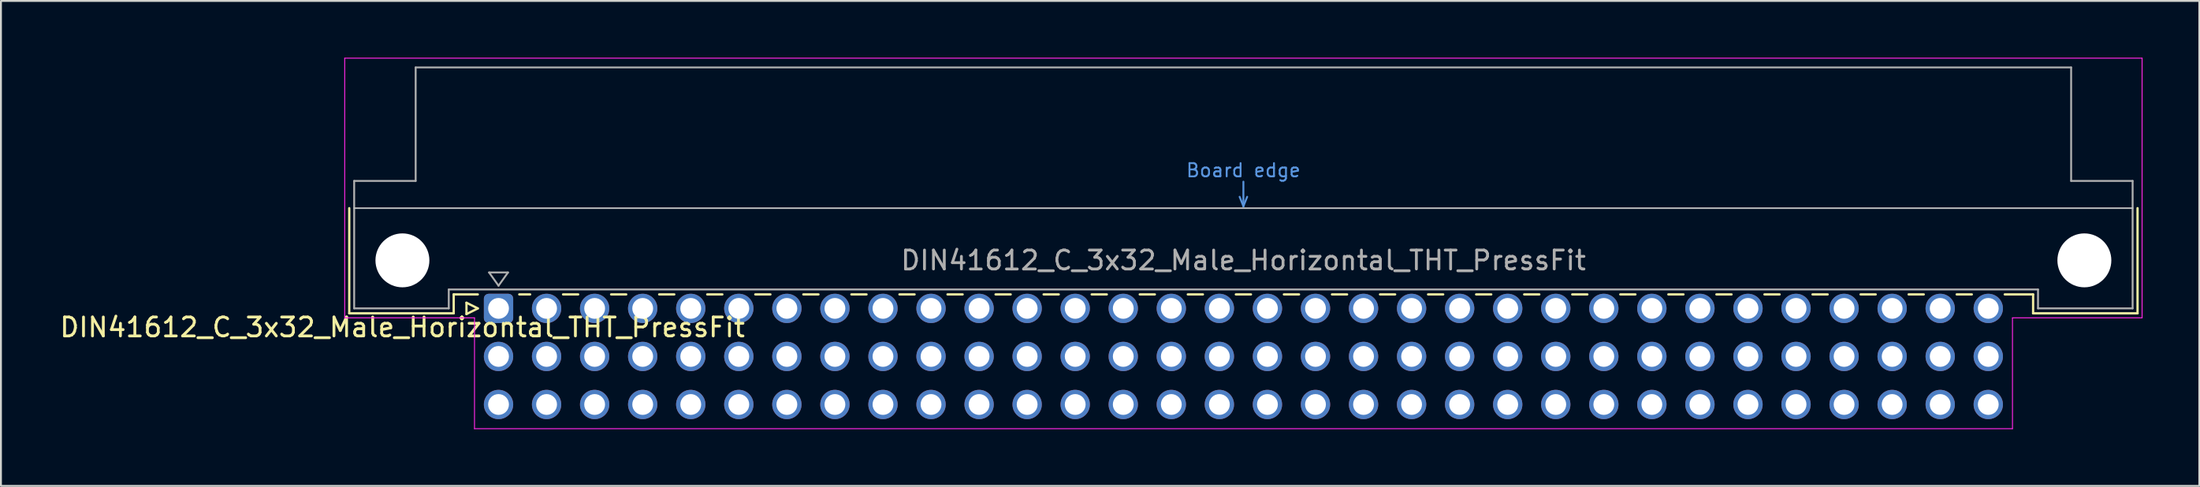
<source format=kicad_pcb>
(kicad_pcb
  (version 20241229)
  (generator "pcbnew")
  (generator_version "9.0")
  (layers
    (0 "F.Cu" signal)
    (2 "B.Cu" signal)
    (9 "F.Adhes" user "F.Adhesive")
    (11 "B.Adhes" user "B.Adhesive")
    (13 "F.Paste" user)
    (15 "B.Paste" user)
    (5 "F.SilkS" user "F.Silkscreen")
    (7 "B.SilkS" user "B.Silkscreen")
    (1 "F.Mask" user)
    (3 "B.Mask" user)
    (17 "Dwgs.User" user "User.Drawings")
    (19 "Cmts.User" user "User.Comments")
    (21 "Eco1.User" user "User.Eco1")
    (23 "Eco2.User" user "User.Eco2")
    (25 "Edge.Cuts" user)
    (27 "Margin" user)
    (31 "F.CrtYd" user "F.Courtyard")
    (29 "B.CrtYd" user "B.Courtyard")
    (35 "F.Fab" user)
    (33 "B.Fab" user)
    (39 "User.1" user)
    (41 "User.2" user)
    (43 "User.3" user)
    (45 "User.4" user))
  (footprint "DIN41612_C_3x32_Male_Horizontal_THT_PressFit"
    (layer "F.Cu")
    (at 23.3 13.255)
    (property "Reference" "DIN41612_C_3x32_Male_Horizontal_THT_PressFit" (at -5.08 1 0) (layer "F.SilkS") (effects (font (size 1 1) (thickness 0.15))))
    (attr through_hole)
    (fp_line (start -7.89 -5.3) (end -7.89 0.26) (stroke (width 0.12) (type solid)) (layer "F.SilkS"))
    (fp_line (start -7.89 0.26) (end -2.37 0.26) (stroke (width 0.12) (type solid)) (layer "F.SilkS"))
    (fp_line (start -2.371 -0.74) (end -1.095 -0.74) (stroke (width 0.12) (type solid)) (layer "F.SilkS"))
    (fp_line (start -2.37 0.26) (end -2.37 -0.74) (stroke (width 0.12) (type solid)) (layer "F.SilkS"))
    (fp_line (start -1.695 -0.3) (end -1.695 0.3) (stroke (width 0.12) (type solid)) (layer "F.SilkS"))
    (fp_line (start -1.695 0.3) (end -1.095 0) (stroke (width 0.12) (type solid)) (layer "F.SilkS"))
    (fp_line (start -1.095 0) (end -1.695 -0.3) (stroke (width 0.12) (type solid)) (layer "F.SilkS"))
    (fp_line (start 1.095 -0.74) (end 1.671 -0.74) (stroke (width 0.12) (type solid)) (layer "F.SilkS"))
    (fp_line (start 3.41 -0.74) (end 4.211 -0.74) (stroke (width 0.12) (type solid)) (layer "F.SilkS"))
    (fp_line (start 5.95 -0.74) (end 6.751 -0.74) (stroke (width 0.12) (type solid)) (layer "F.SilkS"))
    (fp_line (start 8.49 -0.74) (end 9.291 -0.74) (stroke (width 0.12) (type solid)) (layer "F.SilkS"))
    (fp_line (start 11.03 -0.74) (end 11.831 -0.74) (stroke (width 0.12) (type solid)) (layer "F.SilkS"))
    (fp_line (start 13.57 -0.74) (end 14.371 -0.74) (stroke (width 0.12) (type solid)) (layer "F.SilkS"))
    (fp_line (start 16.11 -0.74) (end 16.911 -0.74) (stroke (width 0.12) (type solid)) (layer "F.SilkS"))
    (fp_line (start 18.65 -0.74) (end 19.451 -0.74) (stroke (width 0.12) (type solid)) (layer "F.SilkS"))
    (fp_line (start 21.19 -0.74) (end 21.991 -0.74) (stroke (width 0.12) (type solid)) (layer "F.SilkS"))
    (fp_line (start 23.73 -0.74) (end 24.531 -0.74) (stroke (width 0.12) (type solid)) (layer "F.SilkS"))
    (fp_line (start 26.27 -0.74) (end 27.071 -0.74) (stroke (width 0.12) (type solid)) (layer "F.SilkS"))
    (fp_line (start 28.81 -0.74) (end 29.611 -0.74) (stroke (width 0.12) (type solid)) (layer "F.SilkS"))
    (fp_line (start 31.35 -0.74) (end 32.151 -0.74) (stroke (width 0.12) (type solid)) (layer "F.SilkS"))
    (fp_line (start 33.89 -0.74) (end 34.691 -0.74) (stroke (width 0.12) (type solid)) (layer "F.SilkS"))
    (fp_line (start 36.43 -0.74) (end 37.231 -0.74) (stroke (width 0.12) (type solid)) (layer "F.SilkS"))
    (fp_line (start 38.97 -0.74) (end 39.771 -0.74) (stroke (width 0.12) (type solid)) (layer "F.SilkS"))
    (fp_line (start 41.51 -0.74) (end 42.311 -0.74) (stroke (width 0.12) (type solid)) (layer "F.SilkS"))
    (fp_line (start 44.05 -0.74) (end 44.851 -0.74) (stroke (width 0.12) (type solid)) (layer "F.SilkS"))
    (fp_line (start 46.59 -0.74) (end 47.391 -0.74) (stroke (width 0.12) (type solid)) (layer "F.SilkS"))
    (fp_line (start 49.13 -0.74) (end 49.931 -0.74) (stroke (width 0.12) (type solid)) (layer "F.SilkS"))
    (fp_line (start 51.67 -0.74) (end 52.471 -0.74) (stroke (width 0.12) (type solid)) (layer "F.SilkS"))
    (fp_line (start 54.21 -0.74) (end 55.011 -0.74) (stroke (width 0.12) (type solid)) (layer "F.SilkS"))
    (fp_line (start 56.75 -0.74) (end 57.551 -0.74) (stroke (width 0.12) (type solid)) (layer "F.SilkS"))
    (fp_line (start 59.29 -0.74) (end 60.091 -0.74) (stroke (width 0.12) (type solid)) (layer "F.SilkS"))
    (fp_line (start 61.83 -0.74) (end 62.631 -0.74) (stroke (width 0.12) (type solid)) (layer "F.SilkS"))
    (fp_line (start 64.37 -0.74) (end 65.171 -0.74) (stroke (width 0.12) (type solid)) (layer "F.SilkS"))
    (fp_line (start 66.91 -0.74) (end 67.711 -0.74) (stroke (width 0.12) (type solid)) (layer "F.SilkS"))
    (fp_line (start 69.45 -0.74) (end 70.251 -0.74) (stroke (width 0.12) (type solid)) (layer "F.SilkS"))
    (fp_line (start 71.99 -0.74) (end 72.791 -0.74) (stroke (width 0.12) (type solid)) (layer "F.SilkS"))
    (fp_line (start 74.53 -0.74) (end 75.331 -0.74) (stroke (width 0.12) (type solid)) (layer "F.SilkS"))
    (fp_line (start 77.07 -0.74) (end 77.871 -0.74) (stroke (width 0.12) (type solid)) (layer "F.SilkS"))
    (fp_line (start 79.61 -0.74) (end 81.11 -0.74) (stroke (width 0.12) (type solid)) (layer "F.SilkS"))
    (fp_line (start 81.11 0.26) (end 81.11 -0.74) (stroke (width 0.12) (type solid)) (layer "F.SilkS"))
    (fp_line (start 86.63 -5.3) (end 86.63 0.26) (stroke (width 0.12) (type solid)) (layer "F.SilkS"))
    (fp_line (start 86.63 0.26) (end 81.11 0.26) (stroke (width 0.12) (type solid)) (layer "F.SilkS"))
    (fp_line (start -7.63 -5.3) (end 86.37 -5.3) (stroke (width 0.08) (type solid)) (layer "Dwgs.User"))
    (fp_line (start 39.17 -5.9) (end 39.37 -5.4) (stroke (width 0.1) (type solid)) (layer "Cmts.User"))
    (fp_line (start 39.37 -5.4) (end 39.37 -6.7) (stroke (width 0.1) (type solid)) (layer "Cmts.User"))
    (fp_line (start 39.37 -5.4) (end 39.57 -5.9) (stroke (width 0.1) (type solid)) (layer "Cmts.User"))
    (fp_line (start -8.13 -13.23) (end -8.13 0.5) (stroke (width 0.05) (type solid)) (layer "F.CrtYd"))
    (fp_line (start -8.13 0.5) (end -1.27 0.5) (stroke (width 0.05) (type solid)) (layer "F.CrtYd"))
    (fp_line (start -1.27 0.5) (end -1.27 6.36) (stroke (width 0.05) (type solid)) (layer "F.CrtYd"))
    (fp_line (start -1.27 6.36) (end 80.02 6.36) (stroke (width 0.05) (type solid)) (layer "F.CrtYd"))
    (fp_line (start 80.02 0.5) (end 86.87 0.5) (stroke (width 0.05) (type solid)) (layer "F.CrtYd"))
    (fp_line (start 80.02 6.36) (end 80.02 0.5) (stroke (width 0.05) (type solid)) (layer "F.CrtYd"))
    (fp_line (start 86.87 -13.23) (end -8.13 -13.23) (stroke (width 0.05) (type solid)) (layer "F.CrtYd"))
    (fp_line (start 86.87 0.5) (end 86.87 -13.23) (stroke (width 0.05) (type solid)) (layer "F.CrtYd"))
    (fp_line (start -7.63 -6.74) (end -7.63 0) (stroke (width 0.1) (type solid)) (layer "F.Fab"))
    (fp_line (start -7.63 0) (end -2.63 0) (stroke (width 0.1) (type solid)) (layer "F.Fab"))
    (fp_line (start -4.38 -12.74) (end -4.38 -6.74) (stroke (width 0.1) (type solid)) (layer "F.Fab"))
    (fp_line (start -4.38 -6.74) (end -7.63 -6.74) (stroke (width 0.1) (type solid)) (layer "F.Fab"))
    (fp_line (start -2.63 -1) (end 81.37 -1) (stroke (width 0.1) (type solid)) (layer "F.Fab"))
    (fp_line (start -2.63 0) (end -2.63 -1) (stroke (width 0.1) (type solid)) (layer "F.Fab"))
    (fp_line (start -0.5 -1.9) (end 0.5 -1.9) (stroke (width 0.1) (type solid)) (layer "F.Fab"))
    (fp_line (start 0 -1.2) (end -0.5 -1.9) (stroke (width 0.1) (type solid)) (layer "F.Fab"))
    (fp_line (start 0.5 -1.9) (end 0 -1.2) (stroke (width 0.1) (type solid)) (layer "F.Fab"))
    (fp_line (start 81.37 -1) (end 81.37 0) (stroke (width 0.1) (type solid)) (layer "F.Fab"))
    (fp_line (start 81.37 0) (end 86.37 0) (stroke (width 0.1) (type solid)) (layer "F.Fab"))
    (fp_line (start 83.12 -12.74) (end -4.38 -12.74) (stroke (width 0.1) (type solid)) (layer "F.Fab"))
    (fp_line (start 83.12 -6.74) (end 83.12 -12.74) (stroke (width 0.1) (type solid)) (layer "F.Fab"))
    (fp_line (start 86.37 -6.74) (end 83.12 -6.74) (stroke (width 0.1) (type solid)) (layer "F.Fab"))
    (fp_line (start 86.37 0) (end 86.37 -6.74) (stroke (width 0.1) (type solid)) (layer "F.Fab"))
    (fp_text user "Board edge" (at 39.37 -7.3 0) (layer "Cmts.User") (effects (font (size 0.7 0.7) (thickness 0.1))))
    (fp_text user "${REFERENCE}" (at 39.37 -2.54 0) (layer "F.Fab") (effects (font (size 1 1) (thickness 0.15))))
    (pad "" np_thru_hole circle (at -5.08 -2.54) (size 2.85 2.85) (drill 2.85) (layers "*.Cu" "*.Mask"))
    (pad "" np_thru_hole circle (at 83.82 -2.54) (size 2.85 2.85) (drill 2.85) (layers "*.Cu" "*.Mask"))
    (pad "a1" thru_hole roundrect (at 0 0) (size 1.55 1.55) (drill 1.1) (layers "*.Cu" "*.Mask") (roundrect_rratio 0.161))
    (pad "a2" thru_hole circle (at 2.54 0) (size 1.55 1.55) (drill 1.1) (layers "*.Cu" "*.Mask"))
    (pad "a3" thru_hole circle (at 5.08 0) (size 1.55 1.55) (drill 1.1) (layers "*.Cu" "*.Mask"))
    (pad "a4" thru_hole circle (at 7.62 0) (size 1.55 1.55) (drill 1.1) (layers "*.Cu" "*.Mask"))
    (pad "a5" thru_hole circle (at 10.16 0) (size 1.55 1.55) (drill 1.1) (layers "*.Cu" "*.Mask"))
    (pad "a6" thru_hole circle (at 12.7 0) (size 1.55 1.55) (drill 1.1) (layers "*.Cu" "*.Mask"))
    (pad "a7" thru_hole circle (at 15.24 0) (size 1.55 1.55) (drill 1.1) (layers "*.Cu" "*.Mask"))
    (pad "a8" thru_hole circle (at 17.78 0) (size 1.55 1.55) (drill 1.1) (layers "*.Cu" "*.Mask"))
    (pad "a9" thru_hole circle (at 20.32 0) (size 1.55 1.55) (drill 1.1) (layers "*.Cu" "*.Mask"))
    (pad "a10" thru_hole circle (at 22.86 0) (size 1.55 1.55) (drill 1.1) (layers "*.Cu" "*.Mask"))
    (pad "a11" thru_hole circle (at 25.4 0) (size 1.55 1.55) (drill 1.1) (layers "*.Cu" "*.Mask"))
    (pad "a12" thru_hole circle (at 27.94 0) (size 1.55 1.55) (drill 1.1) (layers "*.Cu" "*.Mask"))
    (pad "a13" thru_hole circle (at 30.48 0) (size 1.55 1.55) (drill 1.1) (layers "*.Cu" "*.Mask"))
    (pad "a14" thru_hole circle (at 33.02 0) (size 1.55 1.55) (drill 1.1) (layers "*.Cu" "*.Mask"))
    (pad "a15" thru_hole circle (at 35.56 0) (size 1.55 1.55) (drill 1.1) (layers "*.Cu" "*.Mask"))
    (pad "a16" thru_hole circle (at 38.1 0) (size 1.55 1.55) (drill 1.1) (layers "*.Cu" "*.Mask"))
    (pad "a17" thru_hole circle (at 40.64 0) (size 1.55 1.55) (drill 1.1) (layers "*.Cu" "*.Mask"))
    (pad "a18" thru_hole circle (at 43.18 0) (size 1.55 1.55) (drill 1.1) (layers "*.Cu" "*.Mask"))
    (pad "a19" thru_hole circle (at 45.72 0) (size 1.55 1.55) (drill 1.1) (layers "*.Cu" "*.Mask"))
    (pad "a20" thru_hole circle (at 48.26 0) (size 1.55 1.55) (drill 1.1) (layers "*.Cu" "*.Mask"))
    (pad "a21" thru_hole circle (at 50.8 0) (size 1.55 1.55) (drill 1.1) (layers "*.Cu" "*.Mask"))
    (pad "a22" thru_hole circle (at 53.34 0) (size 1.55 1.55) (drill 1.1) (layers "*.Cu" "*.Mask"))
    (pad "a23" thru_hole circle (at 55.88 0) (size 1.55 1.55) (drill 1.1) (layers "*.Cu" "*.Mask"))
    (pad "a24" thru_hole circle (at 58.42 0) (size 1.55 1.55) (drill 1.1) (layers "*.Cu" "*.Mask"))
    (pad "a25" thru_hole circle (at 60.96 0) (size 1.55 1.55) (drill 1.1) (layers "*.Cu" "*.Mask"))
    (pad "a26" thru_hole circle (at 63.5 0) (size 1.55 1.55) (drill 1.1) (layers "*.Cu" "*.Mask"))
    (pad "a27" thru_hole circle (at 66.04 0) (size 1.55 1.55) (drill 1.1) (layers "*.Cu" "*.Mask"))
    (pad "a28" thru_hole circle (at 68.58 0) (size 1.55 1.55) (drill 1.1) (layers "*.Cu" "*.Mask"))
    (pad "a29" thru_hole circle (at 71.12 0) (size 1.55 1.55) (drill 1.1) (layers "*.Cu" "*.Mask"))
    (pad "a30" thru_hole circle (at 73.66 0) (size 1.55 1.55) (drill 1.1) (layers "*.Cu" "*.Mask"))
    (pad "a31" thru_hole circle (at 76.2 0) (size 1.55 1.55) (drill 1.1) (layers "*.Cu" "*.Mask"))
    (pad "a32" thru_hole circle (at 78.74 0) (size 1.55 1.55) (drill 1.1) (layers "*.Cu" "*.Mask"))
    (pad "b1" thru_hole circle (at 0 2.54) (size 1.55 1.55) (drill 1.1) (layers "*.Cu" "*.Mask"))
    (pad "b2" thru_hole circle (at 2.54 2.54) (size 1.55 1.55) (drill 1.1) (layers "*.Cu" "*.Mask"))
    (pad "b3" thru_hole circle (at 5.08 2.54) (size 1.55 1.55) (drill 1.1) (layers "*.Cu" "*.Mask"))
    (pad "b4" thru_hole circle (at 7.62 2.54) (size 1.55 1.55) (drill 1.1) (layers "*.Cu" "*.Mask"))
    (pad "b5" thru_hole circle (at 10.16 2.54) (size 1.55 1.55) (drill 1.1) (layers "*.Cu" "*.Mask"))
    (pad "b6" thru_hole circle (at 12.7 2.54) (size 1.55 1.55) (drill 1.1) (layers "*.Cu" "*.Mask"))
    (pad "b7" thru_hole circle (at 15.24 2.54) (size 1.55 1.55) (drill 1.1) (layers "*.Cu" "*.Mask"))
    (pad "b8" thru_hole circle (at 17.78 2.54) (size 1.55 1.55) (drill 1.1) (layers "*.Cu" "*.Mask"))
    (pad "b9" thru_hole circle (at 20.32 2.54) (size 1.55 1.55) (drill 1.1) (layers "*.Cu" "*.Mask"))
    (pad "b10" thru_hole circle (at 22.86 2.54) (size 1.55 1.55) (drill 1.1) (layers "*.Cu" "*.Mask"))
    (pad "b11" thru_hole circle (at 25.4 2.54) (size 1.55 1.55) (drill 1.1) (layers "*.Cu" "*.Mask"))
    (pad "b12" thru_hole circle (at 27.94 2.54) (size 1.55 1.55) (drill 1.1) (layers "*.Cu" "*.Mask"))
    (pad "b13" thru_hole circle (at 30.48 2.54) (size 1.55 1.55) (drill 1.1) (layers "*.Cu" "*.Mask"))
    (pad "b14" thru_hole circle (at 33.02 2.54) (size 1.55 1.55) (drill 1.1) (layers "*.Cu" "*.Mask"))
    (pad "b15" thru_hole circle (at 35.56 2.54) (size 1.55 1.55) (drill 1.1) (layers "*.Cu" "*.Mask"))
    (pad "b16" thru_hole circle (at 38.1 2.54) (size 1.55 1.55) (drill 1.1) (layers "*.Cu" "*.Mask"))
    (pad "b17" thru_hole circle (at 40.64 2.54) (size 1.55 1.55) (drill 1.1) (layers "*.Cu" "*.Mask"))
    (pad "b18" thru_hole circle (at 43.18 2.54) (size 1.55 1.55) (drill 1.1) (layers "*.Cu" "*.Mask"))
    (pad "b19" thru_hole circle (at 45.72 2.54) (size 1.55 1.55) (drill 1.1) (layers "*.Cu" "*.Mask"))
    (pad "b20" thru_hole circle (at 48.26 2.54) (size 1.55 1.55) (drill 1.1) (layers "*.Cu" "*.Mask"))
    (pad "b21" thru_hole circle (at 50.8 2.54) (size 1.55 1.55) (drill 1.1) (layers "*.Cu" "*.Mask"))
    (pad "b22" thru_hole circle (at 53.34 2.54) (size 1.55 1.55) (drill 1.1) (layers "*.Cu" "*.Mask"))
    (pad "b23" thru_hole circle (at 55.88 2.54) (size 1.55 1.55) (drill 1.1) (layers "*.Cu" "*.Mask"))
    (pad "b24" thru_hole circle (at 58.42 2.54) (size 1.55 1.55) (drill 1.1) (layers "*.Cu" "*.Mask"))
    (pad "b25" thru_hole circle (at 60.96 2.54) (size 1.55 1.55) (drill 1.1) (layers "*.Cu" "*.Mask"))
    (pad "b26" thru_hole circle (at 63.5 2.54) (size 1.55 1.55) (drill 1.1) (layers "*.Cu" "*.Mask"))
    (pad "b27" thru_hole circle (at 66.04 2.54) (size 1.55 1.55) (drill 1.1) (layers "*.Cu" "*.Mask"))
    (pad "b28" thru_hole circle (at 68.58 2.54) (size 1.55 1.55) (drill 1.1) (layers "*.Cu" "*.Mask"))
    (pad "b29" thru_hole circle (at 71.12 2.54) (size 1.55 1.55) (drill 1.1) (layers "*.Cu" "*.Mask"))
    (pad "b30" thru_hole circle (at 73.66 2.54) (size 1.55 1.55) (drill 1.1) (layers "*.Cu" "*.Mask"))
    (pad "b31" thru_hole circle (at 76.2 2.54) (size 1.55 1.55) (drill 1.1) (layers "*.Cu" "*.Mask"))
    (pad "b32" thru_hole circle (at 78.74 2.54) (size 1.55 1.55) (drill 1.1) (layers "*.Cu" "*.Mask"))
    (pad "c1" thru_hole circle (at 0 5.08) (size 1.55 1.55) (drill 1.1) (layers "*.Cu" "*.Mask"))
    (pad "c2" thru_hole circle (at 2.54 5.08) (size 1.55 1.55) (drill 1.1) (layers "*.Cu" "*.Mask"))
    (pad "c3" thru_hole circle (at 5.08 5.08) (size 1.55 1.55) (drill 1.1) (layers "*.Cu" "*.Mask"))
    (pad "c4" thru_hole circle (at 7.62 5.08) (size 1.55 1.55) (drill 1.1) (layers "*.Cu" "*.Mask"))
    (pad "c5" thru_hole circle (at 10.16 5.08) (size 1.55 1.55) (drill 1.1) (layers "*.Cu" "*.Mask"))
    (pad "c6" thru_hole circle (at 12.7 5.08) (size 1.55 1.55) (drill 1.1) (layers "*.Cu" "*.Mask"))
    (pad "c7" thru_hole circle (at 15.24 5.08) (size 1.55 1.55) (drill 1.1) (layers "*.Cu" "*.Mask"))
    (pad "c8" thru_hole circle (at 17.78 5.08) (size 1.55 1.55) (drill 1.1) (layers "*.Cu" "*.Mask"))
    (pad "c9" thru_hole circle (at 20.32 5.08) (size 1.55 1.55) (drill 1.1) (layers "*.Cu" "*.Mask"))
    (pad "c10" thru_hole circle (at 22.86 5.08) (size 1.55 1.55) (drill 1.1) (layers "*.Cu" "*.Mask"))
    (pad "c11" thru_hole circle (at 25.4 5.08) (size 1.55 1.55) (drill 1.1) (layers "*.Cu" "*.Mask"))
    (pad "c12" thru_hole circle (at 27.94 5.08) (size 1.55 1.55) (drill 1.1) (layers "*.Cu" "*.Mask"))
    (pad "c13" thru_hole circle (at 30.48 5.08) (size 1.55 1.55) (drill 1.1) (layers "*.Cu" "*.Mask"))
    (pad "c14" thru_hole circle (at 33.02 5.08) (size 1.55 1.55) (drill 1.1) (layers "*.Cu" "*.Mask"))
    (pad "c15" thru_hole circle (at 35.56 5.08) (size 1.55 1.55) (drill 1.1) (layers "*.Cu" "*.Mask"))
    (pad "c16" thru_hole circle (at 38.1 5.08) (size 1.55 1.55) (drill 1.1) (layers "*.Cu" "*.Mask"))
    (pad "c17" thru_hole circle (at 40.64 5.08) (size 1.55 1.55) (drill 1.1) (layers "*.Cu" "*.Mask"))
    (pad "c18" thru_hole circle (at 43.18 5.08) (size 1.55 1.55) (drill 1.1) (layers "*.Cu" "*.Mask"))
    (pad "c19" thru_hole circle (at 45.72 5.08) (size 1.55 1.55) (drill 1.1) (layers "*.Cu" "*.Mask"))
    (pad "c20" thru_hole circle (at 48.26 5.08) (size 1.55 1.55) (drill 1.1) (layers "*.Cu" "*.Mask"))
    (pad "c21" thru_hole circle (at 50.8 5.08) (size 1.55 1.55) (drill 1.1) (layers "*.Cu" "*.Mask"))
    (pad "c22" thru_hole circle (at 53.34 5.08) (size 1.55 1.55) (drill 1.1) (layers "*.Cu" "*.Mask"))
    (pad "c23" thru_hole circle (at 55.88 5.08) (size 1.55 1.55) (drill 1.1) (layers "*.Cu" "*.Mask"))
    (pad "c24" thru_hole circle (at 58.42 5.08) (size 1.55 1.55) (drill 1.1) (layers "*.Cu" "*.Mask"))
    (pad "c25" thru_hole circle (at 60.96 5.08) (size 1.55 1.55) (drill 1.1) (layers "*.Cu" "*.Mask"))
    (pad "c26" thru_hole circle (at 63.5 5.08) (size 1.55 1.55) (drill 1.1) (layers "*.Cu" "*.Mask"))
    (pad "c27" thru_hole circle (at 66.04 5.08) (size 1.55 1.55) (drill 1.1) (layers "*.Cu" "*.Mask"))
    (pad "c28" thru_hole circle (at 68.58 5.08) (size 1.55 1.55) (drill 1.1) (layers "*.Cu" "*.Mask"))
    (pad "c29" thru_hole circle (at 71.12 5.08) (size 1.55 1.55) (drill 1.1) (layers "*.Cu" "*.Mask"))
    (pad "c30" thru_hole circle (at 73.66 5.08) (size 1.55 1.55) (drill 1.1) (layers "*.Cu" "*.Mask"))
    (pad "c31" thru_hole circle (at 76.2 5.08) (size 1.55 1.55) (drill 1.1) (layers "*.Cu" "*.Mask"))
    (pad "c32" thru_hole circle (at 78.74 5.08) (size 1.55 1.55) (drill 1.1) (layers "*.Cu" "*.Mask")))
  (gr_rect
    (start -3 -3)
    (end 113.195 22.64)
    (stroke (width 0.1) (type default))
    (fill no)
    (layer "Edge.Cuts")))
</source>
